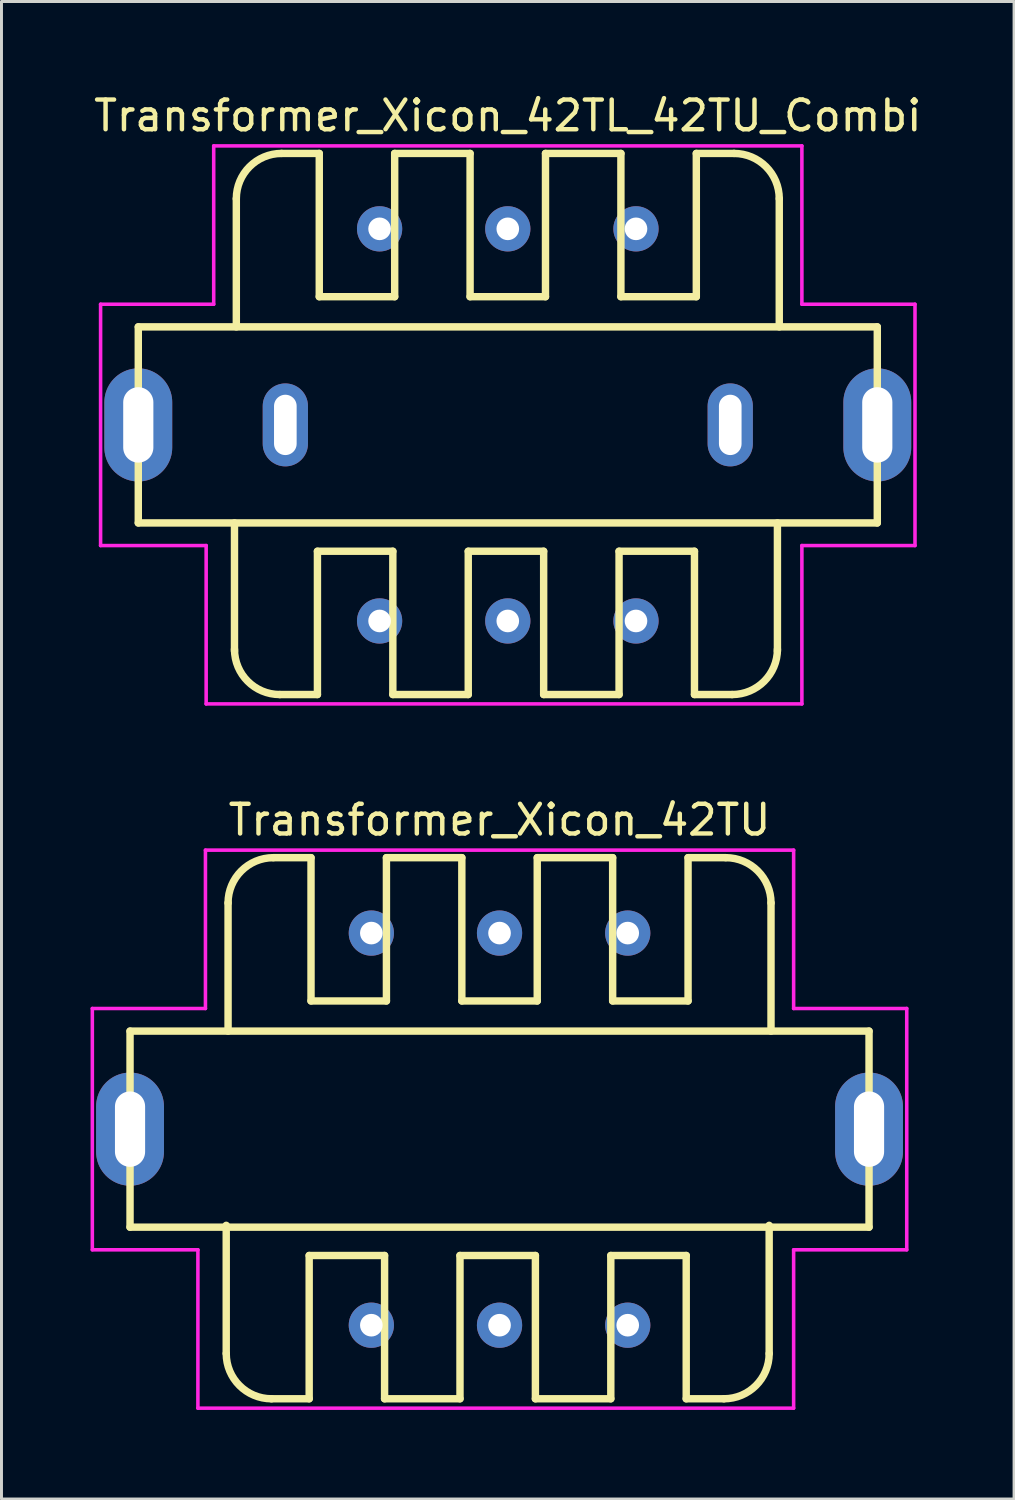
<source format=kicad_pcb>
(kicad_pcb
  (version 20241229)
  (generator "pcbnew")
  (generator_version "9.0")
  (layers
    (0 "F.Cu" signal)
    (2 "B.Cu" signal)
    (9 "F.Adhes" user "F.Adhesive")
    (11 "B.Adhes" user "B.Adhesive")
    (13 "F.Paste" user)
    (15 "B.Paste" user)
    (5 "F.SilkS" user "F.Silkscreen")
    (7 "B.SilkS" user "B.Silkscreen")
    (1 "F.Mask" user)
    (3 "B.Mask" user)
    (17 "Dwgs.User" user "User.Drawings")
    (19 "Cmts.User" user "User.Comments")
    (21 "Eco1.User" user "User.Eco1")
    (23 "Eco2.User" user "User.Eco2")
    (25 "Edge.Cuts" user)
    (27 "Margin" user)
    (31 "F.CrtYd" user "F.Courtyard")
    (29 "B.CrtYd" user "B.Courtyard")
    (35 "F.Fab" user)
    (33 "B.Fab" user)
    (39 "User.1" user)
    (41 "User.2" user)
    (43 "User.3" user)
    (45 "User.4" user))
  (footprint "Transformer_Xicon_42TL_42TU_Combi"
    (layer "F.Cu")
    (at 14.054 11.262)
    (property "Reference" "Transformer_Xicon_42TL_42TU_Combi" (at 0 -10.414 0) (unlocked yes) (layer "F.SilkS") (effects (font (size 1 1) (thickness 0.15))))
    (attr through_hole)
    (fp_line (start -12.446 -3.302) (end 12.446 -3.302) (stroke (width 0.25) (type solid)) (layer "F.SilkS"))
    (fp_line (start -12.446 3.302) (end -12.446 -3.302) (stroke (width 0.25) (type solid)) (layer "F.SilkS"))
    (fp_line (start -9.206 7.62) (end -9.206 3.302) (stroke (width 0.25) (type solid)) (layer "F.SilkS"))
    (fp_line (start -9.144 -7.62) (end -9.144 -3.302) (stroke (width 0.25) (type solid)) (layer "F.SilkS"))
    (fp_line (start -6.412 4.256) (end -6.412 9.082) (stroke (width 0.25) (type solid)) (layer "F.SilkS"))
    (fp_line (start -6.412 9.082) (end -7.682 9.082) (stroke (width 0.25) (type solid)) (layer "F.SilkS"))
    (fp_line (start -6.35 -9.144) (end -7.62 -9.144) (stroke (width 0.25) (type solid)) (layer "F.SilkS"))
    (fp_line (start -6.35 -4.318) (end -6.35 -9.144) (stroke (width 0.25) (type solid)) (layer "F.SilkS"))
    (fp_line (start -3.872 4.256) (end -6.412 4.256) (stroke (width 0.25) (type solid)) (layer "F.SilkS"))
    (fp_line (start -3.872 9.082) (end -3.872 4.256) (stroke (width 0.25) (type solid)) (layer "F.SilkS"))
    (fp_line (start -3.81 -9.144) (end -3.81 -4.318) (stroke (width 0.25) (type solid)) (layer "F.SilkS"))
    (fp_line (start -3.81 -4.318) (end -6.35 -4.318) (stroke (width 0.25) (type solid)) (layer "F.SilkS"))
    (fp_line (start -1.332 4.256) (end -1.332 9.082) (stroke (width 0.25) (type solid)) (layer "F.SilkS"))
    (fp_line (start -1.332 9.082) (end -3.872 9.082) (stroke (width 0.25) (type solid)) (layer "F.SilkS"))
    (fp_line (start -1.27 -9.144) (end -3.81 -9.144) (stroke (width 0.25) (type solid)) (layer "F.SilkS"))
    (fp_line (start -1.27 -4.318) (end -1.27 -9.144) (stroke (width 0.25) (type solid)) (layer "F.SilkS"))
    (fp_line (start -1.27 -4.318) (end 1.27 -4.318) (stroke (width 0.25) (type solid)) (layer "F.SilkS"))
    (fp_line (start 1.208 4.256) (end -1.332 4.256) (stroke (width 0.25) (type solid)) (layer "F.SilkS"))
    (fp_line (start 1.208 4.256) (end 1.208 9.082) (stroke (width 0.25) (type solid)) (layer "F.SilkS"))
    (fp_line (start 1.208 9.082) (end 3.748 9.082) (stroke (width 0.25) (type solid)) (layer "F.SilkS"))
    (fp_line (start 1.27 -9.144) (end 3.81 -9.144) (stroke (width 0.25) (type solid)) (layer "F.SilkS"))
    (fp_line (start 1.27 -4.318) (end 1.27 -9.144) (stroke (width 0.25) (type solid)) (layer "F.SilkS"))
    (fp_line (start 3.748 4.256) (end 6.288 4.256) (stroke (width 0.25) (type solid)) (layer "F.SilkS"))
    (fp_line (start 3.748 9.082) (end 3.748 4.256) (stroke (width 0.25) (type solid)) (layer "F.SilkS"))
    (fp_line (start 3.81 -9.144) (end 3.81 -4.318) (stroke (width 0.25) (type solid)) (layer "F.SilkS"))
    (fp_line (start 3.81 -4.318) (end 6.35 -4.318) (stroke (width 0.25) (type solid)) (layer "F.SilkS"))
    (fp_line (start 6.288 4.256) (end 6.288 9.082) (stroke (width 0.25) (type solid)) (layer "F.SilkS"))
    (fp_line (start 6.288 9.082) (end 7.558 9.082) (stroke (width 0.25) (type solid)) (layer "F.SilkS"))
    (fp_line (start 6.35 -9.144) (end 7.62 -9.144) (stroke (width 0.25) (type solid)) (layer "F.SilkS"))
    (fp_line (start 6.35 -4.318) (end 6.35 -9.144) (stroke (width 0.25) (type solid)) (layer "F.SilkS"))
    (fp_line (start 9.082 7.62) (end 9.082 3.302) (stroke (width 0.25) (type solid)) (layer "F.SilkS"))
    (fp_line (start 9.144 -7.62) (end 9.144 -3.302) (stroke (width 0.25) (type solid)) (layer "F.SilkS"))
    (fp_line (start 12.446 -3.302) (end 12.446 3.302) (stroke (width 0.25) (type solid)) (layer "F.SilkS"))
    (fp_line (start 12.446 3.302) (end -12.446 3.302) (stroke (width 0.25) (type solid)) (layer "F.SilkS"))
    (fp_arc (start -9.144 -7.62) (mid -8.697631 -8.697631) (end -7.62 -9.144) (stroke (width 0.25) (type solid)) (layer "F.SilkS"))
    (fp_arc (start -7.681631 9.082369) (mid -8.759262 8.636) (end -9.205631 7.558369) (stroke (width 0.25) (type solid)) (layer "F.SilkS"))
    (fp_arc (start 7.62 -9.144) (mid 8.697631 -8.697631) (end 9.144 -7.62) (stroke (width 0.25) (type solid)) (layer "F.SilkS"))
    (fp_arc (start 9.082369 7.558369) (mid 8.636 8.636) (end 7.558369 9.082369) (stroke (width 0.25) (type solid)) (layer "F.SilkS"))
    (fp_line (start -13.716 -4.064) (end -9.906 -4.064) (stroke (width 0.12) (type solid)) (layer "F.CrtYd"))
    (fp_line (start -13.716 4.064) (end -13.716 -4.064) (stroke (width 0.12) (type solid)) (layer "F.CrtYd"))
    (fp_line (start -10.16 4.064) (end -13.716 4.064) (stroke (width 0.12) (type solid)) (layer "F.CrtYd"))
    (fp_line (start -10.16 4.064) (end -10.16 9.398) (stroke (width 0.12) (type solid)) (layer "F.CrtYd"))
    (fp_line (start -10.16 9.398) (end 9.906 9.398) (stroke (width 0.12) (type solid)) (layer "F.CrtYd"))
    (fp_line (start -9.906 -9.398) (end 9.906 -9.398) (stroke (width 0.12) (type solid)) (layer "F.CrtYd"))
    (fp_line (start -9.906 -4.064) (end -9.906 -9.398) (stroke (width 0.12) (type solid)) (layer "F.CrtYd"))
    (fp_line (start 9.906 -4.064) (end 9.906 -9.398) (stroke (width 0.12) (type solid)) (layer "F.CrtYd"))
    (fp_line (start 9.906 4.064) (end 9.906 9.398) (stroke (width 0.12) (type solid)) (layer "F.CrtYd"))
    (fp_line (start 13.716 -4.064) (end 9.906 -4.064) (stroke (width 0.12) (type solid)) (layer "F.CrtYd"))
    (fp_line (start 13.716 -4.064) (end 13.716 4.064) (stroke (width 0.12) (type solid)) (layer "F.CrtYd"))
    (fp_line (start 13.716 4.064) (end 9.906 4.064) (stroke (width 0.12) (type solid)) (layer "F.CrtYd"))
    (pad "1" thru_hole circle (at -4.318 6.604) (size 1.524 1.524) (drill 0.762) (layers "*.Cu" "*.Mask"))
    (pad "2" thru_hole circle (at 0 6.604) (size 1.524 1.524) (drill 0.762) (layers "*.Cu" "*.Mask"))
    (pad "3" thru_hole circle (at 4.318 6.604) (size 1.524 1.524) (drill 0.762) (layers "*.Cu" "*.Mask"))
    (pad "4" thru_hole circle (at 4.318 -6.604) (size 1.524 1.524) (drill 0.762) (layers "*.Cu" "*.Mask"))
    (pad "5" thru_hole circle (at 0 -6.604) (size 1.524 1.524) (drill 0.762) (layers "*.Cu" "*.Mask"))
    (pad "6" thru_hole circle (at -4.318 -6.604) (size 1.524 1.524) (drill 0.762) (layers "*.Cu" "*.Mask"))
    (pad "MP" thru_hole oval (at -12.446 0) (size 2.286 3.81) (drill oval 1.016 2.54) (layers "*.Cu" "*.Mask"))
    (pad "MP" thru_hole oval (at -7.493 0) (size 1.524 2.794) (drill oval 0.762 2.032) (layers "*.Cu" "*.Mask"))
    (pad "MP" thru_hole oval (at 7.493 0) (size 1.524 2.794) (drill oval 0.762 2.032) (layers "*.Cu" "*.Mask"))
    (pad "MP" thru_hole oval (at 12.446 0) (size 2.286 3.81) (drill oval 1.016 2.54) (layers "*.Cu" "*.Mask")))
  (footprint "Transformer_Xicon_42TU"
    (layer "F.Cu")
    (at 13.776 34.983)
    (property "Reference" "Transformer_Xicon_42TU" (at 0 -10.414 0) (unlocked yes) (layer "F.SilkS") (effects (font (size 1 1) (thickness 0.15))))
    (attr through_hole)
    (fp_line (start -12.446 -3.302) (end 12.446 -3.302) (stroke (width 0.25) (type solid)) (layer "F.SilkS"))
    (fp_line (start -12.446 3.302) (end -12.446 -3.302) (stroke (width 0.25) (type solid)) (layer "F.SilkS"))
    (fp_line (start -9.206 7.558) (end -9.206 3.24) (stroke (width 0.25) (type solid)) (layer "F.SilkS"))
    (fp_line (start -9.144 -7.62) (end -9.144 -3.302) (stroke (width 0.25) (type solid)) (layer "F.SilkS"))
    (fp_line (start -6.412 4.256) (end -6.412 9.082) (stroke (width 0.25) (type solid)) (layer "F.SilkS"))
    (fp_line (start -6.412 9.082) (end -7.682 9.082) (stroke (width 0.25) (type solid)) (layer "F.SilkS"))
    (fp_line (start -6.35 -9.144) (end -7.62 -9.144) (stroke (width 0.25) (type solid)) (layer "F.SilkS"))
    (fp_line (start -6.35 -4.318) (end -6.35 -9.144) (stroke (width 0.25) (type solid)) (layer "F.SilkS"))
    (fp_line (start -3.872 4.256) (end -6.412 4.256) (stroke (width 0.25) (type solid)) (layer "F.SilkS"))
    (fp_line (start -3.872 9.082) (end -3.872 4.256) (stroke (width 0.25) (type solid)) (layer "F.SilkS"))
    (fp_line (start -3.81 -9.144) (end -3.81 -4.318) (stroke (width 0.25) (type solid)) (layer "F.SilkS"))
    (fp_line (start -3.81 -4.318) (end -6.35 -4.318) (stroke (width 0.25) (type solid)) (layer "F.SilkS"))
    (fp_line (start -1.332 4.256) (end -1.332 9.082) (stroke (width 0.25) (type solid)) (layer "F.SilkS"))
    (fp_line (start -1.332 9.082) (end -3.872 9.082) (stroke (width 0.25) (type solid)) (layer "F.SilkS"))
    (fp_line (start -1.27 -9.144) (end -3.81 -9.144) (stroke (width 0.25) (type solid)) (layer "F.SilkS"))
    (fp_line (start -1.27 -4.318) (end -1.27 -9.144) (stroke (width 0.25) (type solid)) (layer "F.SilkS"))
    (fp_line (start -1.27 -4.318) (end 1.27 -4.318) (stroke (width 0.25) (type solid)) (layer "F.SilkS"))
    (fp_line (start 1.208 4.256) (end -1.332 4.256) (stroke (width 0.25) (type solid)) (layer "F.SilkS"))
    (fp_line (start 1.208 4.256) (end 1.208 9.082) (stroke (width 0.25) (type solid)) (layer "F.SilkS"))
    (fp_line (start 1.208 9.082) (end 3.748 9.082) (stroke (width 0.25) (type solid)) (layer "F.SilkS"))
    (fp_line (start 1.27 -9.144) (end 3.81 -9.144) (stroke (width 0.25) (type solid)) (layer "F.SilkS"))
    (fp_line (start 1.27 -4.318) (end 1.27 -9.144) (stroke (width 0.25) (type solid)) (layer "F.SilkS"))
    (fp_line (start 3.748 4.256) (end 6.288 4.256) (stroke (width 0.25) (type solid)) (layer "F.SilkS"))
    (fp_line (start 3.748 9.082) (end 3.748 4.256) (stroke (width 0.25) (type solid)) (layer "F.SilkS"))
    (fp_line (start 3.81 -9.144) (end 3.81 -4.318) (stroke (width 0.25) (type solid)) (layer "F.SilkS"))
    (fp_line (start 3.81 -4.318) (end 6.35 -4.318) (stroke (width 0.25) (type solid)) (layer "F.SilkS"))
    (fp_line (start 6.288 4.256) (end 6.288 9.082) (stroke (width 0.25) (type solid)) (layer "F.SilkS"))
    (fp_line (start 6.288 9.082) (end 7.558 9.082) (stroke (width 0.25) (type solid)) (layer "F.SilkS"))
    (fp_line (start 6.35 -9.144) (end 7.62 -9.144) (stroke (width 0.25) (type solid)) (layer "F.SilkS"))
    (fp_line (start 6.35 -4.318) (end 6.35 -9.144) (stroke (width 0.25) (type solid)) (layer "F.SilkS"))
    (fp_line (start 9.082 7.558) (end 9.082 3.24) (stroke (width 0.25) (type solid)) (layer "F.SilkS"))
    (fp_line (start 9.144 -7.62) (end 9.144 -3.302) (stroke (width 0.25) (type solid)) (layer "F.SilkS"))
    (fp_line (start 12.446 -3.302) (end 12.446 3.302) (stroke (width 0.25) (type solid)) (layer "F.SilkS"))
    (fp_line (start 12.446 3.302) (end -12.446 3.302) (stroke (width 0.25) (type solid)) (layer "F.SilkS"))
    (fp_arc (start -9.144 -7.62) (mid -8.697631 -8.697631) (end -7.62 -9.144) (stroke (width 0.25) (type solid)) (layer "F.SilkS"))
    (fp_arc (start -7.681631 9.082369) (mid -8.759262 8.636) (end -9.205631 7.558369) (stroke (width 0.25) (type solid)) (layer "F.SilkS"))
    (fp_arc (start 7.62 -9.144) (mid 8.697631 -8.697631) (end 9.144 -7.62) (stroke (width 0.25) (type solid)) (layer "F.SilkS"))
    (fp_arc (start 9.082369 7.558369) (mid 8.636 8.636) (end 7.558369 9.082369) (stroke (width 0.25) (type solid)) (layer "F.SilkS"))
    (fp_line (start -13.716 -4.064) (end -9.906 -4.064) (stroke (width 0.12) (type solid)) (layer "F.CrtYd"))
    (fp_line (start -13.716 4.064) (end -13.716 -4.064) (stroke (width 0.12) (type solid)) (layer "F.CrtYd"))
    (fp_line (start -10.16 4.064) (end -13.716 4.064) (stroke (width 0.12) (type solid)) (layer "F.CrtYd"))
    (fp_line (start -10.16 4.064) (end -10.16 9.398) (stroke (width 0.12) (type solid)) (layer "F.CrtYd"))
    (fp_line (start -10.16 9.398) (end 9.906 9.398) (stroke (width 0.12) (type solid)) (layer "F.CrtYd"))
    (fp_line (start -9.906 -9.398) (end 9.906 -9.398) (stroke (width 0.12) (type solid)) (layer "F.CrtYd"))
    (fp_line (start -9.906 -4.064) (end -9.906 -9.398) (stroke (width 0.12) (type solid)) (layer "F.CrtYd"))
    (fp_line (start 9.906 -4.064) (end 9.906 -9.398) (stroke (width 0.12) (type solid)) (layer "F.CrtYd"))
    (fp_line (start 9.906 4.064) (end 9.906 9.398) (stroke (width 0.12) (type solid)) (layer "F.CrtYd"))
    (fp_line (start 13.716 -4.064) (end 9.906 -4.064) (stroke (width 0.12) (type solid)) (layer "F.CrtYd"))
    (fp_line (start 13.716 -4.064) (end 13.716 4.064) (stroke (width 0.12) (type solid)) (layer "F.CrtYd"))
    (fp_line (start 13.716 4.064) (end 9.906 4.064) (stroke (width 0.12) (type solid)) (layer "F.CrtYd"))
    (pad "1" thru_hole circle (at -4.318 6.604) (size 1.524 1.524) (drill 0.762) (layers "*.Cu" "*.Mask"))
    (pad "2" thru_hole circle (at 0 6.604) (size 1.524 1.524) (drill 0.762) (layers "*.Cu" "*.Mask"))
    (pad "3" thru_hole circle (at 4.318 6.604) (size 1.524 1.524) (drill 0.762) (layers "*.Cu" "*.Mask"))
    (pad "4" thru_hole circle (at 4.318 -6.604) (size 1.524 1.524) (drill 0.762) (layers "*.Cu" "*.Mask"))
    (pad "5" thru_hole circle (at 0 -6.604) (size 1.524 1.524) (drill 0.762) (layers "*.Cu" "*.Mask"))
    (pad "6" thru_hole circle (at -4.318 -6.604) (size 1.524 1.524) (drill 0.762) (layers "*.Cu" "*.Mask"))
    (pad "MP" thru_hole oval (at -12.446 0) (size 2.286 3.81) (drill oval 1.016 2.54) (layers "*.Cu" "*.Mask"))
    (pad "MP" thru_hole oval (at 12.446 0) (size 2.286 3.81) (drill oval 1.016 2.54) (layers "*.Cu" "*.Mask")))
  (gr_rect
    (start -3 -3)
    (end 31.107 47.441)
    (stroke (width 0.1) (type default))
    (fill no)
    (layer "Edge.Cuts")))
</source>
